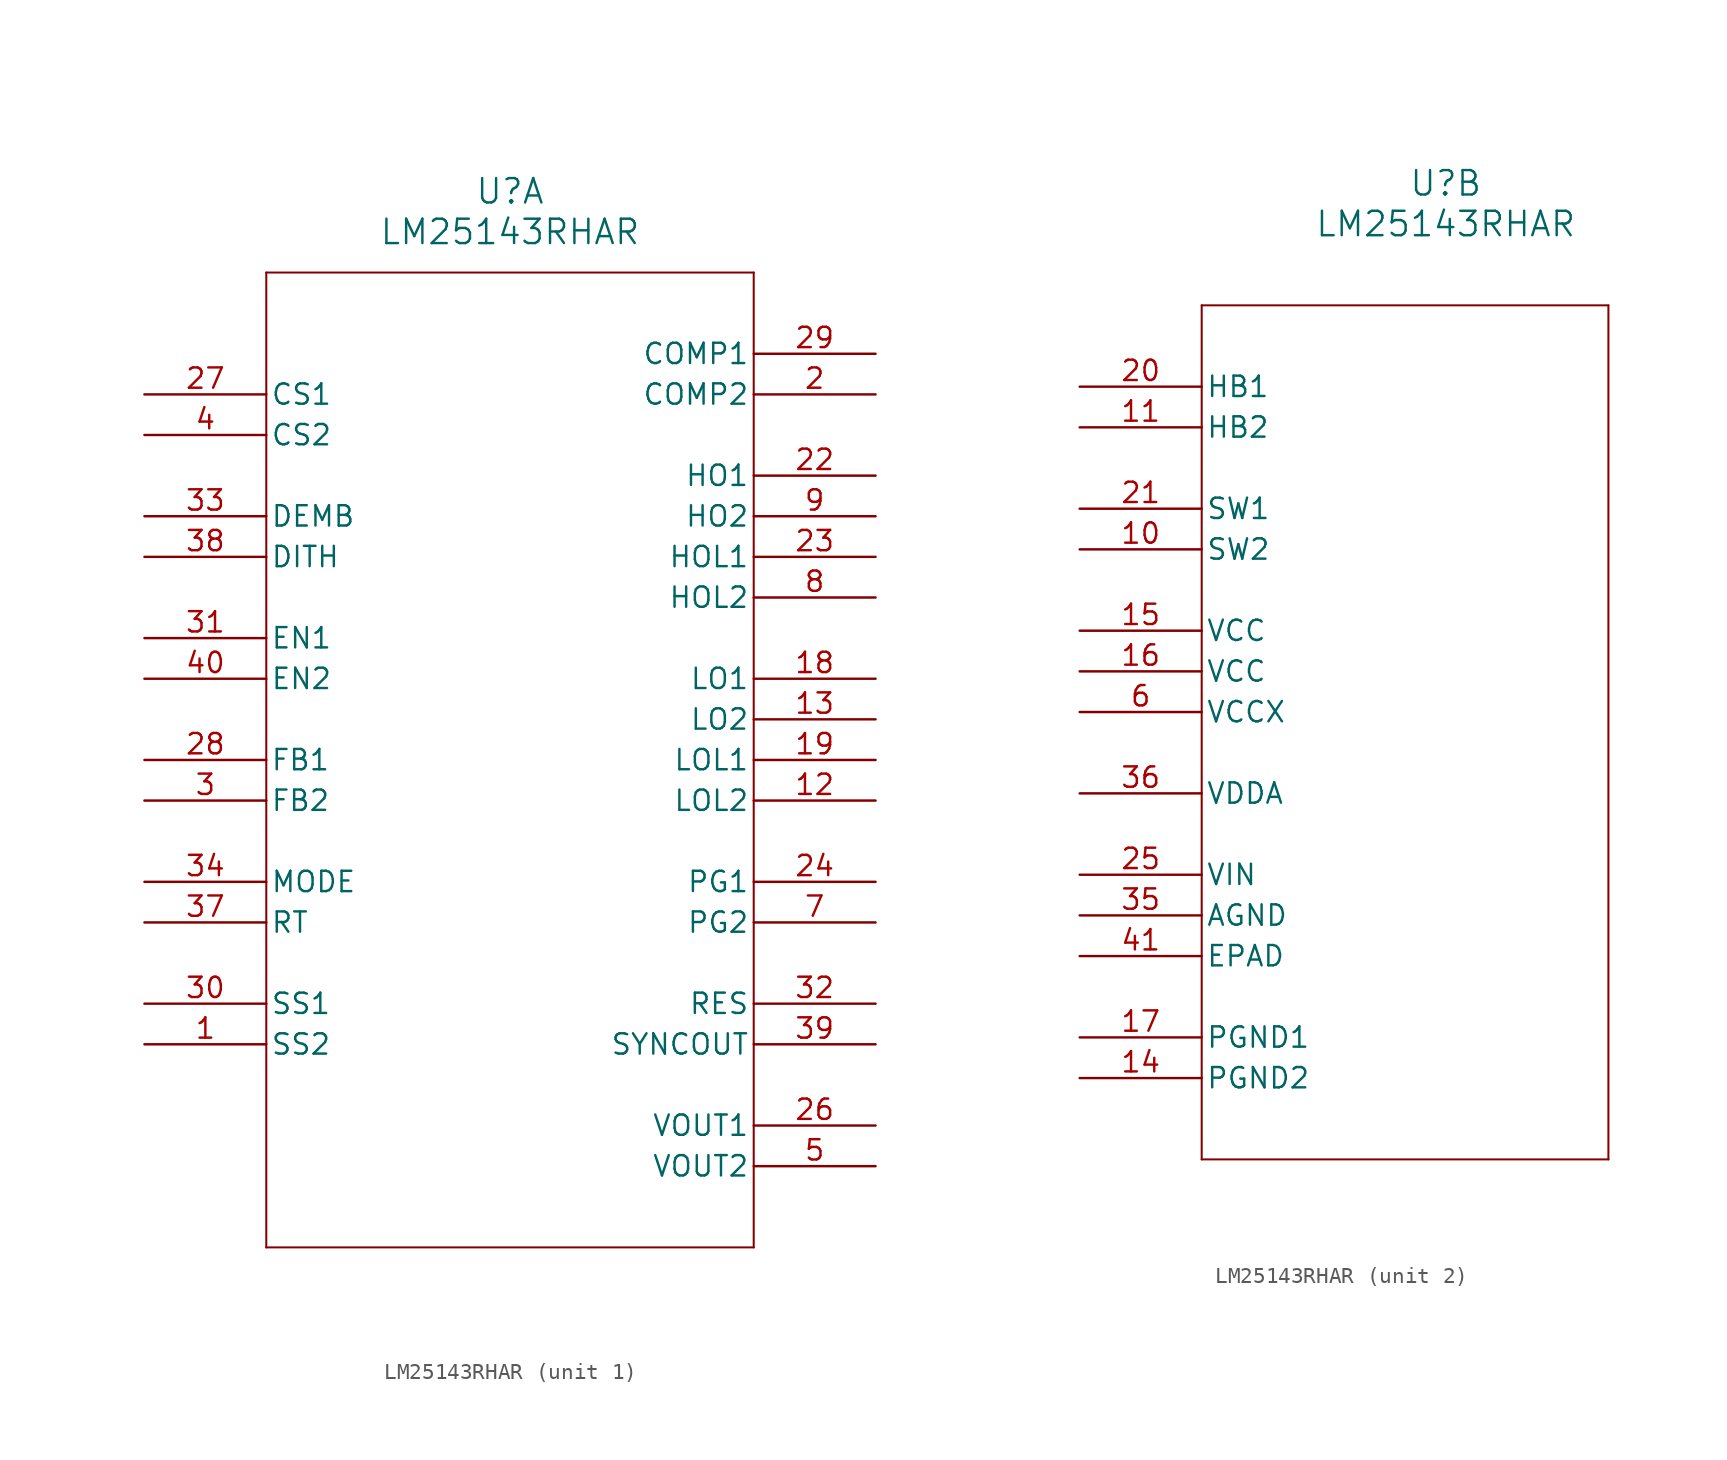
<source format=kicad_sym>
(kicad_symbol_lib
  (version 20211014)
  (generator kicad_symbol_editor)
  (symbol "LM25143RHAR"
    (pin_names
      (offset 0.254))
    (property "Reference" "U"
      (at 22.86 12.7 0)
      (effects (font (size 1.524 1.524))))
    (property "Value" "LM25143RHAR"
      (at 22.86 10.16 0)
      (effects (font (size 1.524 1.524))))
    (symbol "LM25143RHAR_1_1"
      (polyline (pts (xy 7.62 7.62) (xy 7.62 -53.34)) (stroke (width 0.127) (type default) (color 0 0 0 0)) (fill (type none)))
      (polyline (pts (xy 7.62 -53.34) (xy 38.1 -53.34)) (stroke (width 0.127) (type default) (color 0 0 0 0)) (fill (type none)))
      (polyline (pts (xy 38.1 -53.34) (xy 38.1 7.62)) (stroke (width 0.127) (type default) (color 0 0 0 0)) (fill (type none)))
      (polyline (pts (xy 38.1 7.62) (xy 7.62 7.62)) (stroke (width 0.127) (type default) (color 0 0 0 0)) (fill (type none)))
      (pin input line (at 0 -40.64 0) (length 7.62) (name "SS2" (effects (font (size 1.27 1.27)))) (number "1" (effects (font (size 1.27 1.27)))))
      (pin output line (at 45.72 0 180) (length 7.62) (name "COMP2" (effects (font (size 1.27 1.27)))) (number "2" (effects (font (size 1.27 1.27)))))
      (pin input line (at 0 -25.4 0) (length 7.62) (name "FB2" (effects (font (size 1.27 1.27)))) (number "3" (effects (font (size 1.27 1.27)))))
      (pin input line (at 0 -2.54 0) (length 7.62) (name "CS2" (effects (font (size 1.27 1.27)))) (number "4" (effects (font (size 1.27 1.27)))))
      (pin input line (at 45.72 -48.26 180) (length 7.62) (name "VOUT2" (effects (font (size 1.27 1.27)))) (number "5" (effects (font (size 1.27 1.27)))))
      (pin output line (at 45.72 -33.02 180) (length 7.62) (name "PG2" (effects (font (size 1.27 1.27)))) (number "7" (effects (font (size 1.27 1.27)))))
      (pin output line (at 45.72 -12.7 180) (length 7.62) (name "HOL2" (effects (font (size 1.27 1.27)))) (number "8" (effects (font (size 1.27 1.27)))))
      (pin output line (at 45.72 -7.62 180) (length 7.62) (name "HO2" (effects (font (size 1.27 1.27)))) (number "9" (effects (font (size 1.27 1.27)))))
      (pin output line (at 45.72 -25.4 180) (length 7.62) (name "LOL2" (effects (font (size 1.27 1.27)))) (number "12" (effects (font (size 1.27 1.27)))))
      (pin output line (at 45.72 -20.32 180) (length 7.62) (name "LO2" (effects (font (size 1.27 1.27)))) (number "13" (effects (font (size 1.27 1.27)))))
      (pin output line (at 45.72 -17.78 180) (length 7.62) (name "LO1" (effects (font (size 1.27 1.27)))) (number "18" (effects (font (size 1.27 1.27)))))
      (pin output line (at 45.72 -22.86 180) (length 7.62) (name "LOL1" (effects (font (size 1.27 1.27)))) (number "19" (effects (font (size 1.27 1.27)))))
      (pin output line (at 45.72 -5.08 180) (length 7.62) (name "HO1" (effects (font (size 1.27 1.27)))) (number "22" (effects (font (size 1.27 1.27)))))
      (pin output line (at 45.72 -10.16 180) (length 7.62) (name "HOL1" (effects (font (size 1.27 1.27)))) (number "23" (effects (font (size 1.27 1.27)))))
      (pin output line (at 45.72 -30.48 180) (length 7.62) (name "PG1" (effects (font (size 1.27 1.27)))) (number "24" (effects (font (size 1.27 1.27)))))
      (pin input line (at 45.72 -45.72 180) (length 7.62) (name "VOUT1" (effects (font (size 1.27 1.27)))) (number "26" (effects (font (size 1.27 1.27)))))
      (pin input line (at 0 0 0) (length 7.62) (name "CS1" (effects (font (size 1.27 1.27)))) (number "27" (effects (font (size 1.27 1.27)))))
      (pin input line (at 0 -22.86 0) (length 7.62) (name "FB1" (effects (font (size 1.27 1.27)))) (number "28" (effects (font (size 1.27 1.27)))))
      (pin output line (at 45.72 2.54 180) (length 7.62) (name "COMP1" (effects (font (size 1.27 1.27)))) (number "29" (effects (font (size 1.27 1.27)))))
      (pin input line (at 0 -38.1 0) (length 7.62) (name "SS1" (effects (font (size 1.27 1.27)))) (number "30" (effects (font (size 1.27 1.27)))))
      (pin input line (at 0 -15.24 0) (length 7.62) (name "EN1" (effects (font (size 1.27 1.27)))) (number "31" (effects (font (size 1.27 1.27)))))
      (pin output line (at 45.72 -38.1 180) (length 7.62) (name "RES" (effects (font (size 1.27 1.27)))) (number "32" (effects (font (size 1.27 1.27)))))
      (pin input line (at 0 -7.62 0) (length 7.62) (name "DEMB" (effects (font (size 1.27 1.27)))) (number "33" (effects (font (size 1.27 1.27)))))
      (pin input line (at 0 -30.48 0) (length 7.62) (name "MODE" (effects (font (size 1.27 1.27)))) (number "34" (effects (font (size 1.27 1.27)))))
      (pin input line (at 0 -33.02 0) (length 7.62) (name "RT" (effects (font (size 1.27 1.27)))) (number "37" (effects (font (size 1.27 1.27)))))
      (pin input line (at 0 -10.16 0) (length 7.62) (name "DITH" (effects (font (size 1.27 1.27)))) (number "38" (effects (font (size 1.27 1.27)))))
      (pin output line (at 45.72 -40.64 180) (length 7.62) (name "SYNCOUT" (effects (font (size 1.27 1.27)))) (number "39" (effects (font (size 1.27 1.27)))))
      (pin input line (at 0 -17.78 0) (length 7.62) (name "EN2" (effects (font (size 1.27 1.27)))) (number "40" (effects (font (size 1.27 1.27))))))
    (symbol "LM25143RHAR_2_1"
      (polyline (pts (xy 7.62 5.08) (xy 7.62 -48.26)) (stroke (width 0.127) (type default) (color 0 0 0 0)) (fill (type none)))
      (polyline (pts (xy 7.62 -48.26) (xy 33.02 -48.26)) (stroke (width 0.127) (type default) (color 0 0 0 0)) (fill (type none)))
      (polyline (pts (xy 33.02 -48.26) (xy 33.02 5.08)) (stroke (width 0.127) (type default) (color 0 0 0 0)) (fill (type none)))
      (polyline (pts (xy 33.02 5.08) (xy 7.62 5.08)) (stroke (width 0.127) (type default) (color 0 0 0 0)) (fill (type none)))
      (pin power_in line (at 0 -20.32 0) (length 7.62) (name "VCCX" (effects (font (size 1.27 1.27)))) (number "6" (effects (font (size 1.27 1.27)))))
      (pin power_in line (at 0 -10.16 0) (length 7.62) (name "SW2" (effects (font (size 1.27 1.27)))) (number "10" (effects (font (size 1.27 1.27)))))
      (pin power_in line (at 0 -2.54 0) (length 7.62) (name "HB2" (effects (font (size 1.27 1.27)))) (number "11" (effects (font (size 1.27 1.27)))))
      (pin power_out line (at 0 -43.18 0) (length 7.62) (name "PGND2" (effects (font (size 1.27 1.27)))) (number "14" (effects (font (size 1.27 1.27)))))
      (pin power_in line (at 0 -15.24 0) (length 7.62) (name "VCC" (effects (font (size 1.27 1.27)))) (number "15" (effects (font (size 1.27 1.27)))))
      (pin power_in line (at 0 -17.78 0) (length 7.62) (name "VCC" (effects (font (size 1.27 1.27)))) (number "16" (effects (font (size 1.27 1.27)))))
      (pin power_out line (at 0 -40.64 0) (length 7.62) (name "PGND1" (effects (font (size 1.27 1.27)))) (number "17" (effects (font (size 1.27 1.27)))))
      (pin power_in line (at 0 0 0) (length 7.62) (name "HB1" (effects (font (size 1.27 1.27)))) (number "20" (effects (font (size 1.27 1.27)))))
      (pin power_in line (at 0 -7.62 0) (length 7.62) (name "SW1" (effects (font (size 1.27 1.27)))) (number "21" (effects (font (size 1.27 1.27)))))
      (pin power_in line (at 0 -30.48 0) (length 7.62) (name "VIN" (effects (font (size 1.27 1.27)))) (number "25" (effects (font (size 1.27 1.27)))))
      (pin power_out line (at 0 -33.02 0) (length 7.62) (name "AGND" (effects (font (size 1.27 1.27)))) (number "35" (effects (font (size 1.27 1.27)))))
      (pin output line (at 0 -25.4 0) (length 7.62) (name "VDDA" (effects (font (size 1.27 1.27)))) (number "36" (effects (font (size 1.27 1.27)))))
      (pin power_out line (at 0 -35.56 0) (length 7.62) (name "EPAD" (effects (font (size 1.27 1.27)))) (number "41" (effects (font (size 1.27 1.27))))))))
</source>
